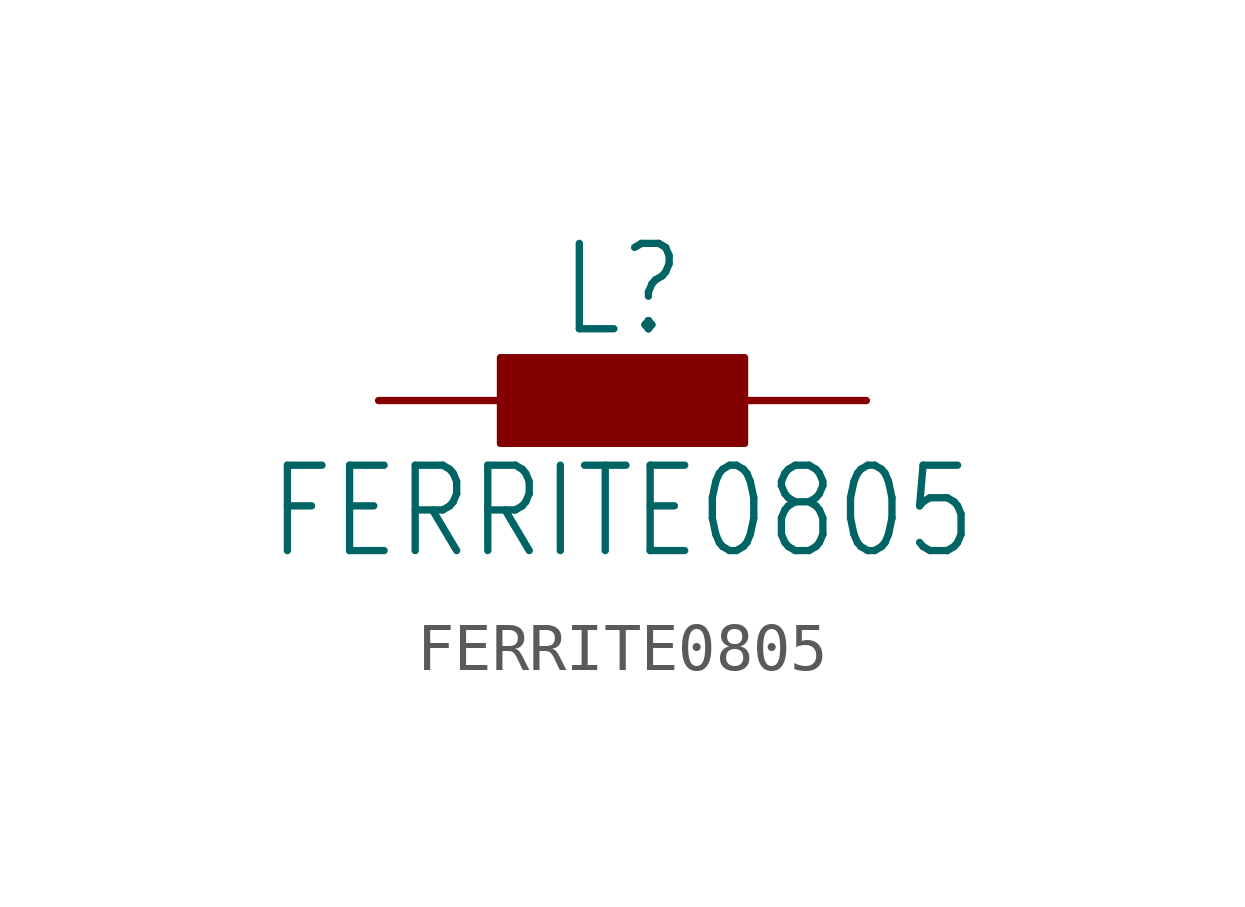
<source format=kicad_sym>
(kicad_symbol_lib
  (version 20211014)
  (generator kicad_symbol_editor)
  (symbol "FERRITE0805"
    (property "Reference" "L"
      (at 0 1.27 0)
      (effects (font (size 1.778 1.511)) (justify bottom)))
    (property "Value" "FERRITE0805"
      (at 0 -1.27 0)
      (effects (font (size 1.778 1.511)) (justify top)))
    (property "ki_locked" ""
      (at 0 0 0)
      (effects (font (size 1.27 1.27))))
    (symbol "FERRITE0805_1_0"
      (rectangle (start -2.54 -0.889) (end 2.54 0.889) (stroke (width 0) (type default) (color 0 0 0 0)) (fill (type outline)))
      (polyline (pts (xy -2.54 -0.889) (xy -2.54 0.889)) (stroke (width 0.152) (type default) (color 0 0 0 0)) (fill (type none)))
      (polyline (pts (xy -2.54 0.889) (xy 2.54 0.889)) (stroke (width 0.152) (type default) (color 0 0 0 0)) (fill (type none)))
      (polyline (pts (xy 2.54 -0.889) (xy -2.54 -0.889)) (stroke (width 0.152) (type default) (color 0 0 0 0)) (fill (type none)))
      (polyline (pts (xy 2.54 0.889) (xy 2.54 -0.889)) (stroke (width 0.152) (type default) (color 0 0 0 0)) (fill (type none)))
      (pin passive line (at -5.08 0 0) (length 2.54) (name "1" (effects (font (size 0 0)))) (number "1" (effects (font (size 0 0)))))
      (pin passive line (at 5.08 0 180) (length 2.54) (name "2" (effects (font (size 0 0)))) (number "2" (effects (font (size 0 0))))))))
</source>
